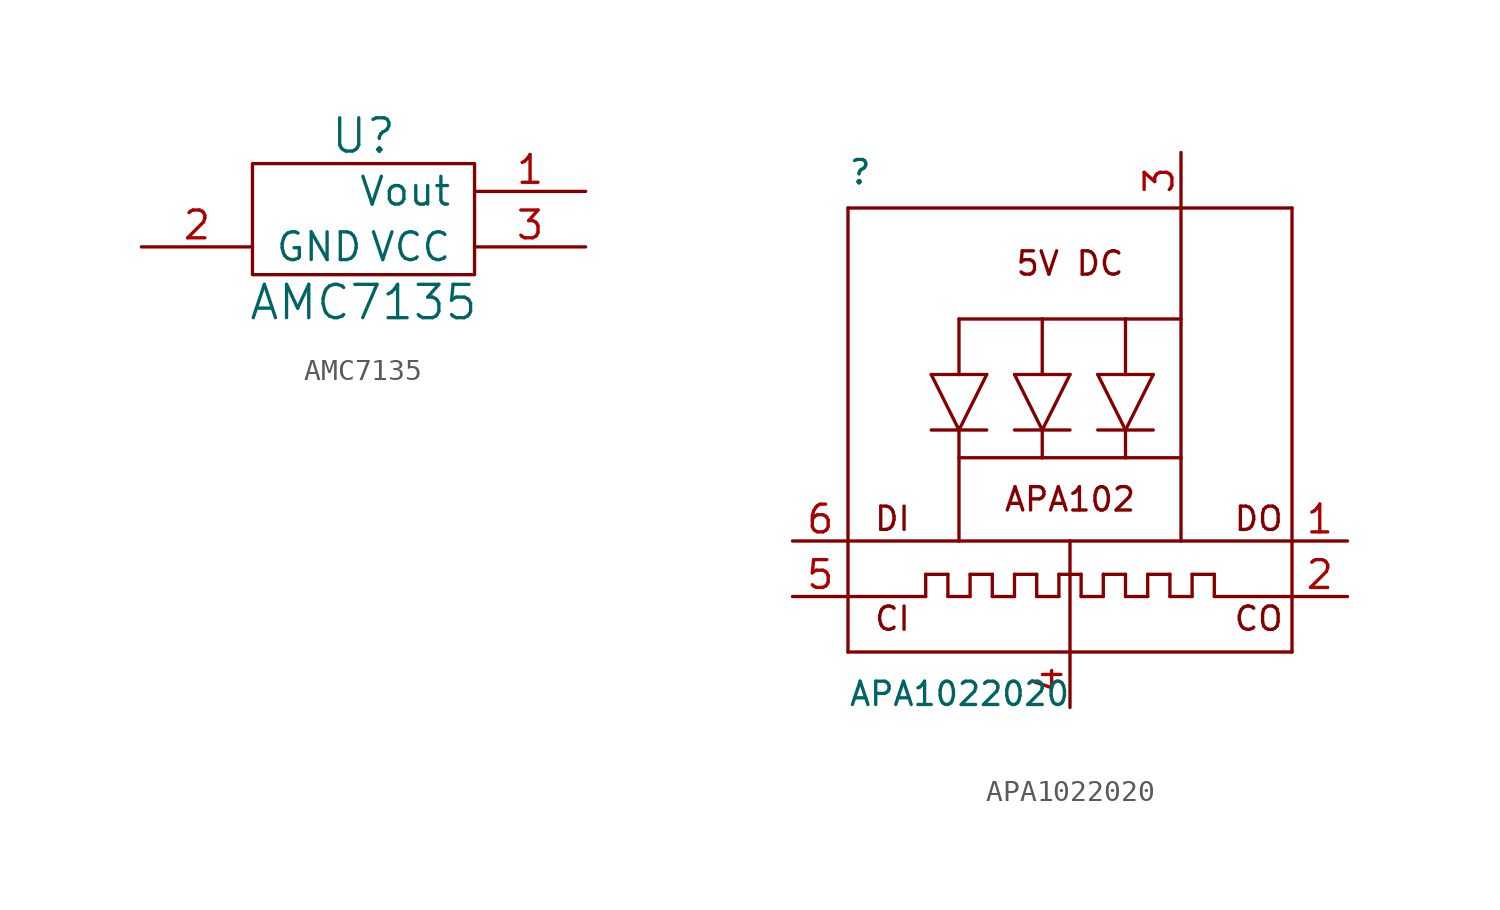
<source format=kicad_sym>
(kicad_symbol_lib
  (version 20210619)
  (generator kicad_symbol_editor)
  (symbol "nicos-parts:AMC7135"
    (pin_names
      (offset 1.016))
    (property "Reference" "U"
      (at 0 3.81 0)
      (effects (font (size 1.524 1.524))))
    (property "Value" "AMC7135"
      (at 0 -3.81 0)
      (effects (font (size 1.524 1.524))))
    (symbol "AMC7135_0_1"
      (rectangle (start -5.08 2.54) (end 5.08 -2.54) (stroke (width 0)) (fill (type none))))
    (symbol "AMC7135_1_1"
      (pin input line (at 10.16 1.27 180) (length 5.08) (name "Vout" (effects (font (size 1.27 1.27)))) (number "1" (effects (font (size 1.27 1.27)))))
      (pin input line (at -10.16 -1.27 0) (length 5.08) (name "GND" (effects (font (size 1.27 1.27)))) (number "2" (effects (font (size 1.27 1.27)))))
      (pin input line (at 10.16 -1.27 180) (length 5.08) (name "VCC" (effects (font (size 1.27 1.27)))) (number "3" (effects (font (size 1.27 1.27)))))))
  (symbol "nicos-parts:APA1022020"
    (pin_names
      (offset 1.016))
    (property "Reference" ""
      (at -10.16 11.176 0)
      (effects (font (size 1.067 1.067)) (justify left bottom)))
    (property "Value" "APA1022020"
      (at -10.16 -12.7 0)
      (effects (font (size 1.067 1.067)) (justify left bottom)))
    (property "ki_locked" ""
      (at 0 0 0)
      (effects (font (size 1.27 1.27))))
    (symbol "APA1022020_1_0"
      (text "5V DC" (at 0 7.62 0) (effects (font (size 1.067 1.067))))
      (text "APA102" (at 0 -3.175 0) (effects (font (size 1.067 1.067))))
      (text "CI" (at -8.128 -8.636 0) (effects (font (size 1.067 1.067))))
      (text "CO" (at 8.636 -8.636 0) (effects (font (size 1.067 1.067))))
      (text "DI" (at -8.128 -4.064 0) (effects (font (size 1.067 1.067))))
      (text "DO" (at 8.636 -4.064 0) (effects (font (size 1.067 1.067))))
      (polyline (pts (xy -10.16 -10.16) (xy 0 -10.16)) (stroke (width 0)) (fill (type none)))
      (polyline (pts (xy -10.16 -7.62) (xy -10.16 -10.16)) (stroke (width 0)) (fill (type none)))
      (polyline (pts (xy -10.16 -7.62) (xy -6.604 -7.62)) (stroke (width 0)) (fill (type none)))
      (polyline (pts (xy -10.16 -5.08) (xy -10.16 -7.62)) (stroke (width 0)) (fill (type none)))
      (polyline (pts (xy -10.16 10.16) (xy -10.16 -5.08)) (stroke (width 0)) (fill (type none)))
      (polyline (pts (xy -6.604 -7.62) (xy -6.604 -6.604)) (stroke (width 0)) (fill (type none)))
      (polyline (pts (xy -6.604 -6.604) (xy -5.588 -6.604)) (stroke (width 0)) (fill (type none)))
      (polyline (pts (xy -6.35 0) (xy -5.08 0)) (stroke (width 0)) (fill (type none)))
      (polyline (pts (xy -6.35 2.54) (xy -5.08 2.54)) (stroke (width 0)) (fill (type none)))
      (polyline (pts (xy -5.588 -7.62) (xy -4.572 -7.62)) (stroke (width 0)) (fill (type none)))
      (polyline (pts (xy -5.588 -6.604) (xy -5.588 -7.62)) (stroke (width 0)) (fill (type none)))
      (polyline (pts (xy -5.08 -5.08) (xy -10.16 -5.08)) (stroke (width 0)) (fill (type none)))
      (polyline (pts (xy -5.08 -5.08) (xy 0 -5.08)) (stroke (width 0)) (fill (type none)))
      (polyline (pts (xy -5.08 -1.27) (xy -5.08 -5.08)) (stroke (width 0)) (fill (type none)))
      (polyline (pts (xy -5.08 0) (xy -6.35 2.54)) (stroke (width 0)) (fill (type none)))
      (polyline (pts (xy -5.08 0) (xy -5.08 -1.27)) (stroke (width 0)) (fill (type none)))
      (polyline (pts (xy -5.08 0) (xy -3.81 2.54)) (stroke (width 0)) (fill (type none)))
      (polyline (pts (xy -5.08 2.54) (xy -3.81 2.54)) (stroke (width 0)) (fill (type none)))
      (polyline (pts (xy -5.08 5.08) (xy -5.08 2.54)) (stroke (width 0)) (fill (type none)))
      (polyline (pts (xy -4.572 -7.62) (xy -4.572 -6.604)) (stroke (width 0)) (fill (type none)))
      (polyline (pts (xy -4.572 -6.604) (xy -3.556 -6.604)) (stroke (width 0)) (fill (type none)))
      (polyline (pts (xy -3.81 0) (xy -5.08 0)) (stroke (width 0)) (fill (type none)))
      (polyline (pts (xy -3.556 -7.62) (xy -2.54 -7.62)) (stroke (width 0)) (fill (type none)))
      (polyline (pts (xy -3.556 -6.604) (xy -3.556 -7.62)) (stroke (width 0)) (fill (type none)))
      (polyline (pts (xy -2.54 -7.62) (xy -2.54 -6.604)) (stroke (width 0)) (fill (type none)))
      (polyline (pts (xy -2.54 -6.604) (xy -1.524 -6.604)) (stroke (width 0)) (fill (type none)))
      (polyline (pts (xy -2.54 0) (xy -1.27 0)) (stroke (width 0)) (fill (type none)))
      (polyline (pts (xy -2.54 2.54) (xy 0 2.54)) (stroke (width 0)) (fill (type none)))
      (polyline (pts (xy -1.524 -7.62) (xy -0.508 -7.62)) (stroke (width 0)) (fill (type none)))
      (polyline (pts (xy -1.524 -6.604) (xy -1.524 -7.62)) (stroke (width 0)) (fill (type none)))
      (polyline (pts (xy -1.27 -1.27) (xy -5.08 -1.27)) (stroke (width 0)) (fill (type none)))
      (polyline (pts (xy -1.27 0) (xy -2.54 2.54)) (stroke (width 0)) (fill (type none)))
      (polyline (pts (xy -1.27 0) (xy -1.27 -1.27)) (stroke (width 0)) (fill (type none)))
      (polyline (pts (xy -1.27 0) (xy 0 0)) (stroke (width 0)) (fill (type none)))
      (polyline (pts (xy -1.27 2.54) (xy -1.27 5.08)) (stroke (width 0)) (fill (type none)))
      (polyline (pts (xy -1.27 5.08) (xy -5.08 5.08)) (stroke (width 0)) (fill (type none)))
      (polyline (pts (xy -0.508 -7.62) (xy -0.508 -6.604)) (stroke (width 0)) (fill (type none)))
      (polyline (pts (xy -0.508 -6.604) (xy 0.508 -6.604)) (stroke (width 0)) (fill (type none)))
      (polyline (pts (xy 0 -10.16) (xy 10.16 -10.16)) (stroke (width 0)) (fill (type none)))
      (polyline (pts (xy 0 -5.08) (xy 0 -10.16)) (stroke (width 0)) (fill (type none)))
      (polyline (pts (xy 0 -5.08) (xy 5.08 -5.08)) (stroke (width 0)) (fill (type none)))
      (polyline (pts (xy 0 2.54) (xy -1.27 0)) (stroke (width 0)) (fill (type none)))
      (polyline (pts (xy 0.508 -7.62) (xy 1.524 -7.62)) (stroke (width 0)) (fill (type none)))
      (polyline (pts (xy 0.508 -6.604) (xy 0.508 -7.62)) (stroke (width 0)) (fill (type none)))
      (polyline (pts (xy 1.27 2.54) (xy 2.54 0)) (stroke (width 0)) (fill (type none)))
      (polyline (pts (xy 1.27 2.54) (xy 2.54 2.54)) (stroke (width 0)) (fill (type none)))
      (polyline (pts (xy 1.524 -7.62) (xy 1.524 -6.604)) (stroke (width 0)) (fill (type none)))
      (polyline (pts (xy 1.524 -6.604) (xy 2.54 -6.604)) (stroke (width 0)) (fill (type none)))
      (polyline (pts (xy 2.54 -7.62) (xy 3.556 -7.62)) (stroke (width 0)) (fill (type none)))
      (polyline (pts (xy 2.54 -6.604) (xy 2.54 -7.62)) (stroke (width 0)) (fill (type none)))
      (polyline (pts (xy 2.54 -1.27) (xy -1.27 -1.27)) (stroke (width 0)) (fill (type none)))
      (polyline (pts (xy 2.54 0) (xy 1.27 0)) (stroke (width 0)) (fill (type none)))
      (polyline (pts (xy 2.54 0) (xy 2.54 -1.27)) (stroke (width 0)) (fill (type none)))
      (polyline (pts (xy 2.54 0) (xy 3.81 0)) (stroke (width 0)) (fill (type none)))
      (polyline (pts (xy 2.54 0) (xy 3.81 2.54)) (stroke (width 0)) (fill (type none)))
      (polyline (pts (xy 2.54 2.54) (xy 2.54 5.08)) (stroke (width 0)) (fill (type none)))
      (polyline (pts (xy 2.54 5.08) (xy -1.27 5.08)) (stroke (width 0)) (fill (type none)))
      (polyline (pts (xy 2.54 5.08) (xy 5.08 5.08)) (stroke (width 0)) (fill (type none)))
      (polyline (pts (xy 3.556 -7.62) (xy 3.556 -6.604)) (stroke (width 0)) (fill (type none)))
      (polyline (pts (xy 3.556 -6.604) (xy 4.572 -6.604)) (stroke (width 0)) (fill (type none)))
      (polyline (pts (xy 3.81 2.54) (xy 2.54 2.54)) (stroke (width 0)) (fill (type none)))
      (polyline (pts (xy 4.572 -7.62) (xy 5.588 -7.62)) (stroke (width 0)) (fill (type none)))
      (polyline (pts (xy 4.572 -6.604) (xy 4.572 -7.62)) (stroke (width 0)) (fill (type none)))
      (polyline (pts (xy 5.08 -5.08) (xy 5.08 -1.27)) (stroke (width 0)) (fill (type none)))
      (polyline (pts (xy 5.08 -5.08) (xy 10.16 -5.08)) (stroke (width 0)) (fill (type none)))
      (polyline (pts (xy 5.08 -1.27) (xy 2.54 -1.27)) (stroke (width 0)) (fill (type none)))
      (polyline (pts (xy 5.08 5.08) (xy 5.08 -1.27)) (stroke (width 0)) (fill (type none)))
      (polyline (pts (xy 5.08 10.16) (xy -10.16 10.16)) (stroke (width 0)) (fill (type none)))
      (polyline (pts (xy 5.08 10.16) (xy 5.08 5.08)) (stroke (width 0)) (fill (type none)))
      (polyline (pts (xy 5.588 -7.62) (xy 5.588 -6.604)) (stroke (width 0)) (fill (type none)))
      (polyline (pts (xy 5.588 -6.604) (xy 6.604 -6.604)) (stroke (width 0)) (fill (type none)))
      (polyline (pts (xy 6.604 -7.62) (xy 10.16 -7.62)) (stroke (width 0)) (fill (type none)))
      (polyline (pts (xy 6.604 -6.604) (xy 6.604 -7.62)) (stroke (width 0)) (fill (type none)))
      (polyline (pts (xy 10.16 -10.16) (xy 10.16 -7.62)) (stroke (width 0)) (fill (type none)))
      (polyline (pts (xy 10.16 -7.62) (xy 10.16 -5.08)) (stroke (width 0)) (fill (type none)))
      (polyline (pts (xy 10.16 -5.08) (xy 10.16 10.16)) (stroke (width 0)) (fill (type none)))
      (polyline (pts (xy 10.16 10.16) (xy 5.08 10.16)) (stroke (width 0)) (fill (type none)))
      (pin output line (at 12.7 -5.08 180) (length 2.54) (name "DO" (effects (font (size 0 0)))) (number "1" (effects (font (size 1.27 1.27)))))
      (pin output line (at 12.7 -7.62 180) (length 2.54) (name "CKO" (effects (font (size 0 0)))) (number "2" (effects (font (size 1.27 1.27)))))
      (pin power_in line (at 5.08 12.7 270) (length 2.54) (name "VDD" (effects (font (size 0 0)))) (number "3" (effects (font (size 1.27 1.27)))))
      (pin power_in line (at 0 -12.7 90) (length 2.54) (name "GND" (effects (font (size 0 0)))) (number "4" (effects (font (size 1.27 1.27)))))
      (pin input line (at -12.7 -7.62 0) (length 2.54) (name "CKI" (effects (font (size 0 0)))) (number "5" (effects (font (size 1.27 1.27)))))
      (pin input line (at -12.7 -5.08 0) (length 2.54) (name "DI" (effects (font (size 0 0)))) (number "6" (effects (font (size 1.27 1.27))))))))
</source>
